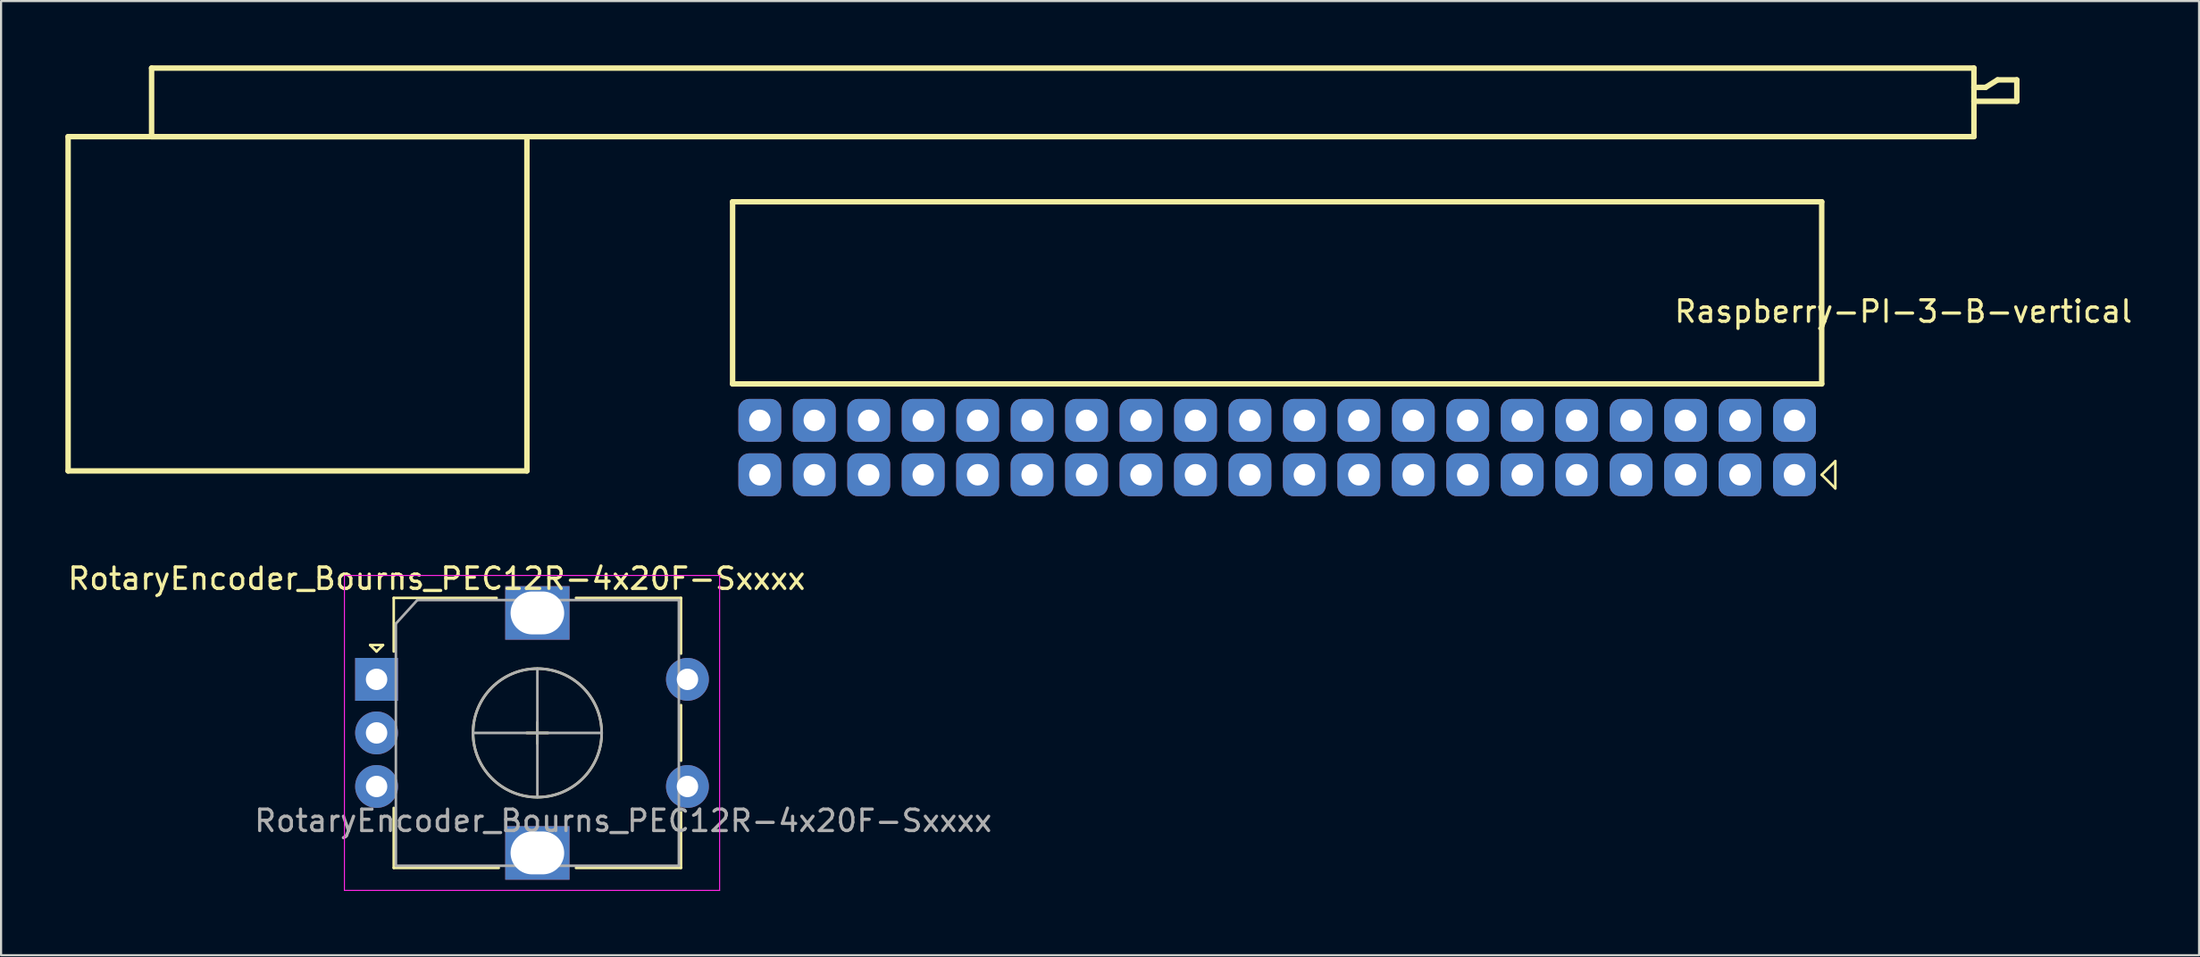
<source format=kicad_pcb>
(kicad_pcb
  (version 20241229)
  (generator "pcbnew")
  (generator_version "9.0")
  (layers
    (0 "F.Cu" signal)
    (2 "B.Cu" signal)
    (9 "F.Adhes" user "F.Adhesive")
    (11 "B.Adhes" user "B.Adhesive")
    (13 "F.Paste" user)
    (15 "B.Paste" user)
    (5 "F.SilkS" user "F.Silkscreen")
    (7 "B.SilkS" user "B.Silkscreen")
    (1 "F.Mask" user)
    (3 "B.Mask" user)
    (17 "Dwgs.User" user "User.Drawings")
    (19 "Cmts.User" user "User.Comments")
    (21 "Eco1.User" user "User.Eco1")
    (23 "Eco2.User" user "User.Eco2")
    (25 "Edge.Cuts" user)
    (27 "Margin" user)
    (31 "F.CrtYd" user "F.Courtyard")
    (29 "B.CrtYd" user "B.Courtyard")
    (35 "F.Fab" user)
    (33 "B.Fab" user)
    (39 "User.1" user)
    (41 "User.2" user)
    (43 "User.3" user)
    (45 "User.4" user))
  (footprint "Raspberry-PI-3-B-vertical"
    (layer "F.Cu")
    (at 80.651 19.107)
    (property "Reference" "Raspberry-PI-3-B-vertical" (at 5.08 -7.62 0) (layer "F.SilkS") (effects (font (size 1 1) (thickness 0.15))))
    (attr through_hole)
    (fp_line (start -80.524 -15.78) (end -59.124 -15.78) (stroke (width 0.254) (type solid)) (layer "F.SilkS"))
    (fp_line (start -80.524 -0.18) (end -80.524 -15.78) (stroke (width 0.254) (type solid)) (layer "F.SilkS"))
    (fp_line (start -80.524 -0.18) (end -59.124 -0.18) (stroke (width 0.254) (type solid)) (layer "F.SilkS"))
    (fp_line (start -76.63 -18.98) (end 8.37 -18.98) (stroke (width 0.254) (type solid)) (layer "F.SilkS"))
    (fp_line (start -76.63 -15.78) (end -76.63 -18.98) (stroke (width 0.254) (type solid)) (layer "F.SilkS"))
    (fp_line (start -76.63 -15.78) (end 8.37 -15.78) (stroke (width 0.254) (type solid)) (layer "F.SilkS"))
    (fp_line (start -59.124 -0.18) (end -59.124 -15.78) (stroke (width 0.254) (type solid)) (layer "F.SilkS"))
    (fp_line (start -49.53 -12.74) (end 1.27 -12.74) (stroke (width 0.254) (type solid)) (layer "F.SilkS"))
    (fp_line (start -49.53 -4.24) (end -49.53 -12.74) (stroke (width 0.254) (type solid)) (layer "F.SilkS"))
    (fp_line (start 1.27 -12.74) (end 1.27 -4.24) (stroke (width 0.254) (type solid)) (layer "F.SilkS"))
    (fp_line (start 1.27 -4.24) (end -49.53 -4.24) (stroke (width 0.254) (type solid)) (layer "F.SilkS"))
    (fp_line (start 1.27 0) (end 1.905 -0.635) (stroke (width 0.12) (type solid)) (layer "F.SilkS"))
    (fp_line (start 1.905 -0.635) (end 1.905 0.635) (stroke (width 0.12) (type solid)) (layer "F.SilkS"))
    (fp_line (start 1.905 0.635) (end 1.27 0) (stroke (width 0.12) (type solid)) (layer "F.SilkS"))
    (fp_line (start 8.37 -15.78) (end 8.37 -18.98) (stroke (width 0.254) (type solid)) (layer "F.SilkS"))
    (fp_line (start 8.916 -18.08) (end 8.37 -18.08) (stroke (width 0.254) (type solid)) (layer "F.SilkS"))
    (fp_line (start 9.474 -18.43) (end 8.916 -18.08) (stroke (width 0.254) (type solid)) (layer "F.SilkS"))
    (fp_line (start 10.37 -18.43) (end 9.474 -18.43) (stroke (width 0.254) (type solid)) (layer "F.SilkS"))
    (fp_line (start 10.37 -17.43) (end 8.37 -17.43) (stroke (width 0.254) (type solid)) (layer "F.SilkS"))
    (fp_line (start 10.37 -17.43) (end 10.37 -18.43) (stroke (width 0.254) (type solid)) (layer "F.SilkS"))
    (pad "1" thru_hole roundrect (at 0 0) (size 2 2) (drill 1) (layers "*.Cu" "*.Mask") (roundrect_rratio 0.25))
    (pad "2" thru_hole roundrect (at 0 -2.54) (size 2 2) (drill 1) (layers "*.Cu" "*.Mask") (roundrect_rratio 0.25))
    (pad "3" thru_hole roundrect (at -2.54 0) (size 2 2) (drill 1) (layers "*.Cu" "*.Mask") (roundrect_rratio 0.25))
    (pad "4" thru_hole roundrect (at -2.54 -2.54) (size 2 2) (drill 1) (layers "*.Cu" "*.Mask") (roundrect_rratio 0.25))
    (pad "5" thru_hole roundrect (at -5.08 0) (size 2 2) (drill 1) (layers "*.Cu" "*.Mask") (roundrect_rratio 0.25))
    (pad "6" thru_hole roundrect (at -5.08 -2.54) (size 2 2) (drill 1) (layers "*.Cu" "*.Mask") (roundrect_rratio 0.25))
    (pad "7" thru_hole roundrect (at -7.62 0) (size 2 2) (drill 1) (layers "*.Cu" "*.Mask") (roundrect_rratio 0.25))
    (pad "8" thru_hole roundrect (at -7.62 -2.54) (size 2 2) (drill 1) (layers "*.Cu" "*.Mask") (roundrect_rratio 0.25))
    (pad "9" thru_hole roundrect (at -10.16 0) (size 2 2) (drill 1) (layers "*.Cu" "*.Mask") (roundrect_rratio 0.25))
    (pad "10" thru_hole roundrect (at -10.16 -2.54) (size 2 2) (drill 1) (layers "*.Cu" "*.Mask") (roundrect_rratio 0.25))
    (pad "11" thru_hole roundrect (at -12.7 0) (size 2 2) (drill 1) (layers "*.Cu" "*.Mask") (roundrect_rratio 0.25))
    (pad "12" thru_hole roundrect (at -12.7 -2.54) (size 2 2) (drill 1) (layers "*.Cu" "*.Mask") (roundrect_rratio 0.25))
    (pad "13" thru_hole roundrect (at -15.24 0) (size 2 2) (drill 1) (layers "*.Cu" "*.Mask") (roundrect_rratio 0.25))
    (pad "14" thru_hole roundrect (at -15.24 -2.54) (size 2 2) (drill 1) (layers "*.Cu" "*.Mask") (roundrect_rratio 0.25))
    (pad "15" thru_hole roundrect (at -17.78 0) (size 2 2) (drill 1) (layers "*.Cu" "*.Mask") (roundrect_rratio 0.25))
    (pad "16" thru_hole roundrect (at -17.78 -2.54) (size 2 2) (drill 1) (layers "*.Cu" "*.Mask") (roundrect_rratio 0.25))
    (pad "17" thru_hole roundrect (at -20.32 0) (size 2 2) (drill 1) (layers "*.Cu" "*.Mask") (roundrect_rratio 0.25))
    (pad "18" thru_hole roundrect (at -20.32 -2.54) (size 2 2) (drill 1) (layers "*.Cu" "*.Mask") (roundrect_rratio 0.25))
    (pad "19" thru_hole roundrect (at -22.86 0) (size 2 2) (drill 1) (layers "*.Cu" "*.Mask") (roundrect_rratio 0.25))
    (pad "20" thru_hole roundrect (at -22.86 -2.54) (size 2 2) (drill 1) (layers "*.Cu" "*.Mask") (roundrect_rratio 0.25))
    (pad "21" thru_hole roundrect (at -25.4 0) (size 2 2) (drill 1) (layers "*.Cu" "*.Mask") (roundrect_rratio 0.25))
    (pad "22" thru_hole roundrect (at -25.4 -2.54) (size 2 2) (drill 1) (layers "*.Cu" "*.Mask") (roundrect_rratio 0.25))
    (pad "23" thru_hole roundrect (at -27.94 0) (size 2 2) (drill 1) (layers "*.Cu" "*.Mask") (roundrect_rratio 0.25))
    (pad "24" thru_hole roundrect (at -27.94 -2.54) (size 2 2) (drill 1) (layers "*.Cu" "*.Mask") (roundrect_rratio 0.25))
    (pad "25" thru_hole roundrect (at -30.48 0) (size 2 2) (drill 1) (layers "*.Cu" "*.Mask") (roundrect_rratio 0.25))
    (pad "26" thru_hole roundrect (at -30.48 -2.54) (size 2 2) (drill 1) (layers "*.Cu" "*.Mask") (roundrect_rratio 0.25))
    (pad "27" thru_hole roundrect (at -33.02 0) (size 2 2) (drill 1) (layers "*.Cu" "*.Mask") (roundrect_rratio 0.25))
    (pad "28" thru_hole roundrect (at -33.02 -2.54) (size 2 2) (drill 1) (layers "*.Cu" "*.Mask") (roundrect_rratio 0.25))
    (pad "29" thru_hole roundrect (at -35.56 0) (size 2 2) (drill 1) (layers "*.Cu" "*.Mask") (roundrect_rratio 0.25))
    (pad "30" thru_hole roundrect (at -35.56 -2.54) (size 2 2) (drill 1) (layers "*.Cu" "*.Mask") (roundrect_rratio 0.25))
    (pad "31" thru_hole roundrect (at -38.1 0) (size 2 2) (drill 1) (layers "*.Cu" "*.Mask") (roundrect_rratio 0.25))
    (pad "32" thru_hole roundrect (at -38.1 -2.54) (size 2 2) (drill 1) (layers "*.Cu" "*.Mask") (roundrect_rratio 0.25))
    (pad "33" thru_hole roundrect (at -40.64 0) (size 2 2) (drill 1) (layers "*.Cu" "*.Mask") (roundrect_rratio 0.25))
    (pad "34" thru_hole roundrect (at -40.64 -2.54) (size 2 2) (drill 1) (layers "*.Cu" "*.Mask") (roundrect_rratio 0.25))
    (pad "35" thru_hole roundrect (at -43.18 0) (size 2 2) (drill 1) (layers "*.Cu" "*.Mask") (roundrect_rratio 0.25))
    (pad "36" thru_hole roundrect (at -43.18 -2.54) (size 2 2) (drill 1) (layers "*.Cu" "*.Mask") (roundrect_rratio 0.25))
    (pad "37" thru_hole roundrect (at -45.72 0) (size 2 2) (drill 1) (layers "*.Cu" "*.Mask") (roundrect_rratio 0.25))
    (pad "38" thru_hole roundrect (at -45.72 -2.54) (size 2 2) (drill 1) (layers "*.Cu" "*.Mask") (roundrect_rratio 0.25))
    (pad "39" thru_hole roundrect (at -48.26 0) (size 2 2) (drill 1) (layers "*.Cu" "*.Mask") (roundrect_rratio 0.25))
    (pad "40" thru_hole roundrect (at -48.26 -2.54) (size 2 2) (drill 1) (layers "*.Cu" "*.Mask") (roundrect_rratio 0.25)))
  (footprint "RotaryEncoder_Bourns_PEC12R-4x20F-Sxxxx"
    (layer "F.Cu")
    (at 14.515 28.655)
    (property "Reference" "RotaryEncoder_Bourns_PEC12R-4x20F-Sxxxx" (at 2.8 -4.7 0) (layer "F.SilkS") (effects (font (size 1 1) (thickness 0.15))))
    (attr through_hole)
    (fp_line (start -0.3 -1.6) (end 0.3 -1.6) (stroke (width 0.12) (type solid)) (layer "F.SilkS"))
    (fp_line (start 0 -1.3) (end -0.3 -1.6) (stroke (width 0.12) (type solid)) (layer "F.SilkS"))
    (fp_line (start 0.3 -1.6) (end 0 -1.3) (stroke (width 0.12) (type solid)) (layer "F.SilkS"))
    (fp_line (start 0.8 -3.8) (end 0.8 -1.3) (stroke (width 0.12) (type solid)) (layer "F.SilkS"))
    (fp_line (start 0.8 8.8) (end 0.8 6) (stroke (width 0.12) (type solid)) (layer "F.SilkS"))
    (fp_line (start 5.6 -3.8) (end 0.8 -3.8) (stroke (width 0.12) (type solid)) (layer "F.SilkS"))
    (fp_line (start 5.7 8.8) (end 0.8 8.8) (stroke (width 0.12) (type solid)) (layer "F.SilkS"))
    (fp_line (start 7 2.5) (end 8 2.5) (stroke (width 0.12) (type solid)) (layer "F.SilkS"))
    (fp_line (start 7.5 2) (end 7.5 3) (stroke (width 0.12) (type solid)) (layer "F.SilkS"))
    (fp_line (start 9.3 -3.8) (end 14.2 -3.8) (stroke (width 0.12) (type solid)) (layer "F.SilkS"))
    (fp_line (start 14.2 -3.8) (end 14.2 -1.2) (stroke (width 0.12) (type solid)) (layer "F.SilkS"))
    (fp_line (start 14.2 1.2) (end 14.2 3.8) (stroke (width 0.12) (type solid)) (layer "F.SilkS"))
    (fp_line (start 14.2 6.2) (end 14.2 8.8) (stroke (width 0.12) (type solid)) (layer "F.SilkS"))
    (fp_line (start 14.2 8.8) (end 9.3 8.8) (stroke (width 0.12) (type solid)) (layer "F.SilkS"))
    (fp_circle (center 7.5 2.5) (end 10.5 2.5) (stroke (width 0.12) (type solid)) (fill no) (layer "F.SilkS"))
    (fp_line (start -1.5 -4.85) (end -1.5 9.85) (stroke (width 0.05) (type solid)) (layer "F.CrtYd"))
    (fp_line (start -1.5 -4.85) (end 16 -4.85) (stroke (width 0.05) (type solid)) (layer "F.CrtYd"))
    (fp_line (start 16 9.85) (end -1.5 9.85) (stroke (width 0.05) (type solid)) (layer "F.CrtYd"))
    (fp_line (start 16 9.85) (end 16 -4.85) (stroke (width 0.05) (type solid)) (layer "F.CrtYd"))
    (fp_line (start 0.9 -2.6) (end 1.9 -3.7) (stroke (width 0.12) (type solid)) (layer "F.Fab"))
    (fp_line (start 0.9 8.7) (end 0.9 -2.6) (stroke (width 0.12) (type solid)) (layer "F.Fab"))
    (fp_line (start 1.9 -3.7) (end 14.1 -3.7) (stroke (width 0.12) (type solid)) (layer "F.Fab"))
    (fp_line (start 4.5 2.5) (end 10.5 2.5) (stroke (width 0.12) (type solid)) (layer "F.Fab"))
    (fp_line (start 7.5 -0.5) (end 7.5 5.5) (stroke (width 0.12) (type solid)) (layer "F.Fab"))
    (fp_line (start 14.1 -3.7) (end 14.1 8.7) (stroke (width 0.12) (type solid)) (layer "F.Fab"))
    (fp_line (start 14.1 8.7) (end 0.9 8.7) (stroke (width 0.12) (type solid)) (layer "F.Fab"))
    (fp_circle (center 7.5 2.5) (end 10.5 2.5) (stroke (width 0.12) (type solid)) (fill no) (layer "F.Fab"))
    (fp_text user "${REFERENCE}" (at 11.5 6.6 0) (layer "F.Fab") (effects (font (size 1 1) (thickness 0.15))))
    (pad "A" thru_hole rect (at 0 0) (size 2 2) (drill 1) (layers "*.Cu" "*.Mask"))
    (pad "B" thru_hole circle (at 0 5) (size 2 2) (drill 1) (layers "*.Cu" "*.Mask"))
    (pad "C" thru_hole circle (at 0 2.5) (size 2 2) (drill 1) (layers "*.Cu" "*.Mask"))
    (pad "MP" thru_hole rect (at 7.5 -3.1) (size 3 2.5) (drill oval 2.5 2) (layers "*.Cu" "*.Mask"))
    (pad "MP" thru_hole rect (at 7.5 8.1) (size 3 2.5) (drill oval 2.5 2) (layers "*.Cu" "*.Mask"))
    (pad "S1" thru_hole circle (at 14.5 0) (size 2 2) (drill 1) (layers "*.Cu" "*.Mask"))
    (pad "S2" thru_hole circle (at 14.5 5) (size 2 2) (drill 1) (layers "*.Cu" "*.Mask")))
  (gr_rect
    (start -3 -3)
    (end 99.522 41.53)
    (stroke (width 0.1) (type default))
    (fill no)
    (layer "Edge.Cuts")))
</source>
